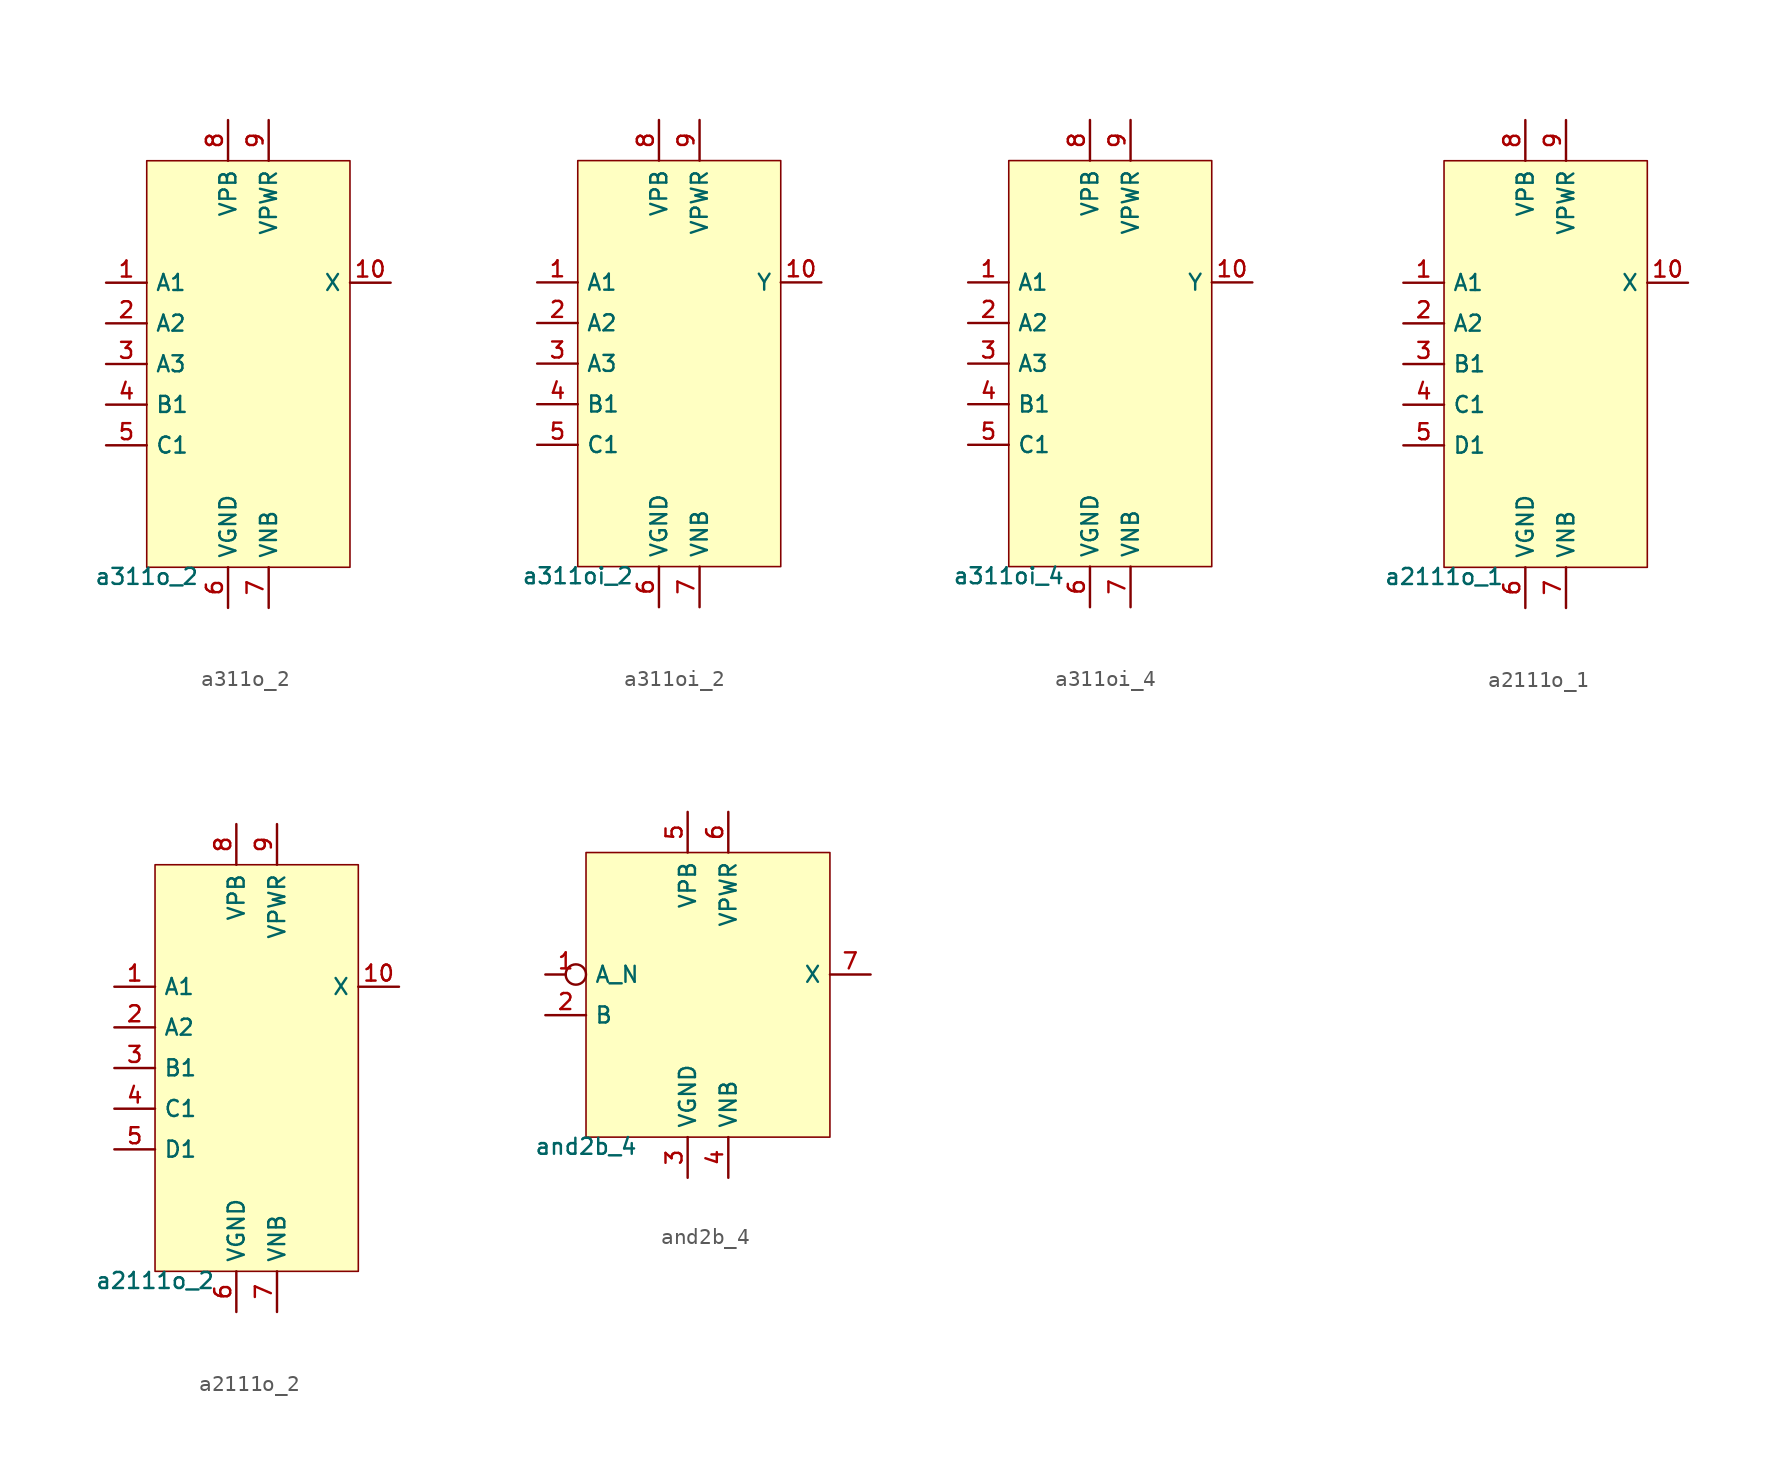
<source format=kicad_sym>
(kicad_symbol_lib
  (version 20211014)
  (generator pdk2kicad)
  (symbol "a311o_2"
    (property "Reference" "X"
      (at 0 0 0)
      (effects (font (size 1 1)) hide))
    (property "Value" "a311o_2"
      (at -6.35 -12.7 0)
      (effects (font (size 1 1)) (justify top)))
    (rectangle
      (start -6.35 -12.7)
      (end 6.35 12.7)
      (stroke (width 0.1) (type solid) (color 0 0 0 0))
      (fill (type background)))
    (pin input line
      (at -8.89 5.08 0)
      (length 2.54)
      (name "A1" (effects (font (size 1 1)) hide))
      (number "1" (effects (font (size 1 1)) hide)))
    (pin input line
      (at -8.89 2.54 0)
      (length 2.54)
      (name "A2" (effects (font (size 1 1)) hide))
      (number "2" (effects (font (size 1 1)) hide)))
    (pin input line
      (at -8.89 -8.881784197001252e-16 0)
      (length 2.54)
      (name "A3" (effects (font (size 1 1)) hide))
      (number "3" (effects (font (size 1 1)) hide)))
    (pin input line
      (at -8.89 -2.54 0)
      (length 2.54)
      (name "B1" (effects (font (size 1 1)) hide))
      (number "4" (effects (font (size 1 1)) hide)))
    (pin input line
      (at -8.89 -5.08 0)
      (length 2.54)
      (name "C1" (effects (font (size 1 1)) hide))
      (number "5" (effects (font (size 1 1)) hide)))
    (pin power_in line
      (at -1.27 -15.24 90)
      (length 2.54)
      (name "VGND" (effects (font (size 1 1)) hide))
      (number "6" (effects (font (size 1 1)) hide)))
    (pin power_in line
      (at 1.27 -15.24 90)
      (length 2.54)
      (name "VNB" (effects (font (size 1 1)) hide))
      (number "7" (effects (font (size 1 1)) hide)))
    (pin power_in line
      (at -1.27 15.24 270)
      (length 2.54)
      (name "VPB" (effects (font (size 1 1)) hide))
      (number "8" (effects (font (size 1 1)) hide)))
    (pin power_in line
      (at 1.27 15.24 270)
      (length 2.54)
      (name "VPWR" (effects (font (size 1 1)) hide))
      (number "9" (effects (font (size 1 1)) hide)))
    (pin output line
      (at 8.89 5.08 180)
      (length 2.54)
      (name "X" (effects (font (size 1 1)) hide))
      (number "10" (effects (font (size 1 1)) hide))))
  (symbol "a311oi_2"
    (property "Reference" "X"
      (at 0 0 0)
      (effects (font (size 1 1)) hide))
    (property "Value" "a311oi_2"
      (at -6.35 -12.7 0)
      (effects (font (size 1 1)) (justify top)))
    (rectangle
      (start -6.35 -12.7)
      (end 6.35 12.7)
      (stroke (width 0.1) (type solid) (color 0 0 0 0))
      (fill (type background)))
    (pin input line
      (at -8.89 5.08 0)
      (length 2.54)
      (name "A1" (effects (font (size 1 1)) hide))
      (number "1" (effects (font (size 1 1)) hide)))
    (pin input line
      (at -8.89 2.54 0)
      (length 2.54)
      (name "A2" (effects (font (size 1 1)) hide))
      (number "2" (effects (font (size 1 1)) hide)))
    (pin input line
      (at -8.89 -8.881784197001252e-16 0)
      (length 2.54)
      (name "A3" (effects (font (size 1 1)) hide))
      (number "3" (effects (font (size 1 1)) hide)))
    (pin input line
      (at -8.89 -2.54 0)
      (length 2.54)
      (name "B1" (effects (font (size 1 1)) hide))
      (number "4" (effects (font (size 1 1)) hide)))
    (pin input line
      (at -8.89 -5.08 0)
      (length 2.54)
      (name "C1" (effects (font (size 1 1)) hide))
      (number "5" (effects (font (size 1 1)) hide)))
    (pin power_in line
      (at -1.27 -15.24 90)
      (length 2.54)
      (name "VGND" (effects (font (size 1 1)) hide))
      (number "6" (effects (font (size 1 1)) hide)))
    (pin power_in line
      (at 1.27 -15.24 90)
      (length 2.54)
      (name "VNB" (effects (font (size 1 1)) hide))
      (number "7" (effects (font (size 1 1)) hide)))
    (pin power_in line
      (at -1.27 15.24 270)
      (length 2.54)
      (name "VPB" (effects (font (size 1 1)) hide))
      (number "8" (effects (font (size 1 1)) hide)))
    (pin power_in line
      (at 1.27 15.24 270)
      (length 2.54)
      (name "VPWR" (effects (font (size 1 1)) hide))
      (number "9" (effects (font (size 1 1)) hide)))
    (pin output line
      (at 8.89 5.08 180)
      (length 2.54)
      (name "Y" (effects (font (size 1 1)) hide))
      (number "10" (effects (font (size 1 1)) hide))))
  (symbol "a311oi_4"
    (property "Reference" "X"
      (at 0 0 0)
      (effects (font (size 1 1)) hide))
    (property "Value" "a311oi_4"
      (at -6.35 -12.7 0)
      (effects (font (size 1 1)) (justify top)))
    (rectangle
      (start -6.35 -12.7)
      (end 6.35 12.7)
      (stroke (width 0.1) (type solid) (color 0 0 0 0))
      (fill (type background)))
    (pin input line
      (at -8.89 5.08 0)
      (length 2.54)
      (name "A1" (effects (font (size 1 1)) hide))
      (number "1" (effects (font (size 1 1)) hide)))
    (pin input line
      (at -8.89 2.54 0)
      (length 2.54)
      (name "A2" (effects (font (size 1 1)) hide))
      (number "2" (effects (font (size 1 1)) hide)))
    (pin input line
      (at -8.89 -8.881784197001252e-16 0)
      (length 2.54)
      (name "A3" (effects (font (size 1 1)) hide))
      (number "3" (effects (font (size 1 1)) hide)))
    (pin input line
      (at -8.89 -2.54 0)
      (length 2.54)
      (name "B1" (effects (font (size 1 1)) hide))
      (number "4" (effects (font (size 1 1)) hide)))
    (pin input line
      (at -8.89 -5.08 0)
      (length 2.54)
      (name "C1" (effects (font (size 1 1)) hide))
      (number "5" (effects (font (size 1 1)) hide)))
    (pin power_in line
      (at -1.27 -15.24 90)
      (length 2.54)
      (name "VGND" (effects (font (size 1 1)) hide))
      (number "6" (effects (font (size 1 1)) hide)))
    (pin power_in line
      (at 1.27 -15.24 90)
      (length 2.54)
      (name "VNB" (effects (font (size 1 1)) hide))
      (number "7" (effects (font (size 1 1)) hide)))
    (pin power_in line
      (at -1.27 15.24 270)
      (length 2.54)
      (name "VPB" (effects (font (size 1 1)) hide))
      (number "8" (effects (font (size 1 1)) hide)))
    (pin power_in line
      (at 1.27 15.24 270)
      (length 2.54)
      (name "VPWR" (effects (font (size 1 1)) hide))
      (number "9" (effects (font (size 1 1)) hide)))
    (pin output line
      (at 8.89 5.08 180)
      (length 2.54)
      (name "Y" (effects (font (size 1 1)) hide))
      (number "10" (effects (font (size 1 1)) hide))))
  (symbol "a2111o_1"
    (property "Reference" "X"
      (at 0 0 0)
      (effects (font (size 1 1)) hide))
    (property "Value" "a2111o_1"
      (at -6.35 -12.7 0)
      (effects (font (size 1 1)) (justify top)))
    (rectangle
      (start -6.35 -12.7)
      (end 6.35 12.7)
      (stroke (width 0.1) (type solid) (color 0 0 0 0))
      (fill (type background)))
    (pin input line
      (at -8.89 5.08 0)
      (length 2.54)
      (name "A1" (effects (font (size 1 1)) hide))
      (number "1" (effects (font (size 1 1)) hide)))
    (pin input line
      (at -8.89 2.54 0)
      (length 2.54)
      (name "A2" (effects (font (size 1 1)) hide))
      (number "2" (effects (font (size 1 1)) hide)))
    (pin input line
      (at -8.89 -8.881784197001252e-16 0)
      (length 2.54)
      (name "B1" (effects (font (size 1 1)) hide))
      (number "3" (effects (font (size 1 1)) hide)))
    (pin input line
      (at -8.89 -2.54 0)
      (length 2.54)
      (name "C1" (effects (font (size 1 1)) hide))
      (number "4" (effects (font (size 1 1)) hide)))
    (pin input line
      (at -8.89 -5.08 0)
      (length 2.54)
      (name "D1" (effects (font (size 1 1)) hide))
      (number "5" (effects (font (size 1 1)) hide)))
    (pin power_in line
      (at -1.27 -15.24 90)
      (length 2.54)
      (name "VGND" (effects (font (size 1 1)) hide))
      (number "6" (effects (font (size 1 1)) hide)))
    (pin power_in line
      (at 1.27 -15.24 90)
      (length 2.54)
      (name "VNB" (effects (font (size 1 1)) hide))
      (number "7" (effects (font (size 1 1)) hide)))
    (pin power_in line
      (at -1.27 15.24 270)
      (length 2.54)
      (name "VPB" (effects (font (size 1 1)) hide))
      (number "8" (effects (font (size 1 1)) hide)))
    (pin power_in line
      (at 1.27 15.24 270)
      (length 2.54)
      (name "VPWR" (effects (font (size 1 1)) hide))
      (number "9" (effects (font (size 1 1)) hide)))
    (pin output line
      (at 8.89 5.08 180)
      (length 2.54)
      (name "X" (effects (font (size 1 1)) hide))
      (number "10" (effects (font (size 1 1)) hide))))
  (symbol "a2111o_2"
    (property "Reference" "X"
      (at 0 0 0)
      (effects (font (size 1 1)) hide))
    (property "Value" "a2111o_2"
      (at -6.35 -12.7 0)
      (effects (font (size 1 1)) (justify top)))
    (rectangle
      (start -6.35 -12.7)
      (end 6.35 12.7)
      (stroke (width 0.1) (type solid) (color 0 0 0 0))
      (fill (type background)))
    (pin input line
      (at -8.89 5.08 0)
      (length 2.54)
      (name "A1" (effects (font (size 1 1)) hide))
      (number "1" (effects (font (size 1 1)) hide)))
    (pin input line
      (at -8.89 2.54 0)
      (length 2.54)
      (name "A2" (effects (font (size 1 1)) hide))
      (number "2" (effects (font (size 1 1)) hide)))
    (pin input line
      (at -8.89 -8.881784197001252e-16 0)
      (length 2.54)
      (name "B1" (effects (font (size 1 1)) hide))
      (number "3" (effects (font (size 1 1)) hide)))
    (pin input line
      (at -8.89 -2.54 0)
      (length 2.54)
      (name "C1" (effects (font (size 1 1)) hide))
      (number "4" (effects (font (size 1 1)) hide)))
    (pin input line
      (at -8.89 -5.08 0)
      (length 2.54)
      (name "D1" (effects (font (size 1 1)) hide))
      (number "5" (effects (font (size 1 1)) hide)))
    (pin power_in line
      (at -1.27 -15.24 90)
      (length 2.54)
      (name "VGND" (effects (font (size 1 1)) hide))
      (number "6" (effects (font (size 1 1)) hide)))
    (pin power_in line
      (at 1.27 -15.24 90)
      (length 2.54)
      (name "VNB" (effects (font (size 1 1)) hide))
      (number "7" (effects (font (size 1 1)) hide)))
    (pin power_in line
      (at -1.27 15.24 270)
      (length 2.54)
      (name "VPB" (effects (font (size 1 1)) hide))
      (number "8" (effects (font (size 1 1)) hide)))
    (pin power_in line
      (at 1.27 15.24 270)
      (length 2.54)
      (name "VPWR" (effects (font (size 1 1)) hide))
      (number "9" (effects (font (size 1 1)) hide)))
    (pin output line
      (at 8.89 5.08 180)
      (length 2.54)
      (name "X" (effects (font (size 1 1)) hide))
      (number "10" (effects (font (size 1 1)) hide))))
  (symbol "and2b_4"
    (property "Reference" "X"
      (at 0 0 0)
      (effects (font (size 1 1)) hide))
    (property "Value" "and2b_4"
      (at -7.62 -8.89 0)
      (effects (font (size 1 1)) (justify top)))
    (rectangle
      (start -7.62 -8.89)
      (end 7.62 8.89)
      (stroke (width 0.1) (type solid) (color 0 0 0 0))
      (fill (type background)))
    (pin input inverted
      (at -10.16 1.27 0)
      (length 2.54)
      (name "A_N" (effects (font (size 1 1)) hide))
      (number "1" (effects (font (size 1 1)) hide)))
    (pin input line
      (at -10.16 -1.27 0)
      (length 2.54)
      (name "B" (effects (font (size 1 1)) hide))
      (number "2" (effects (font (size 1 1)) hide)))
    (pin power_in line
      (at -1.27 -11.43 90)
      (length 2.54)
      (name "VGND" (effects (font (size 1 1)) hide))
      (number "3" (effects (font (size 1 1)) hide)))
    (pin power_in line
      (at 1.27 -11.43 90)
      (length 2.54)
      (name "VNB" (effects (font (size 1 1)) hide))
      (number "4" (effects (font (size 1 1)) hide)))
    (pin power_in line
      (at -1.27 11.43 270)
      (length 2.54)
      (name "VPB" (effects (font (size 1 1)) hide))
      (number "5" (effects (font (size 1 1)) hide)))
    (pin power_in line
      (at 1.27 11.43 270)
      (length 2.54)
      (name "VPWR" (effects (font (size 1 1)) hide))
      (number "6" (effects (font (size 1 1)) hide)))
    (pin output line
      (at 10.16 1.27 180)
      (length 2.54)
      (name "X" (effects (font (size 1 1)) hide))
      (number "7" (effects (font (size 1 1)) hide)))))
</source>
